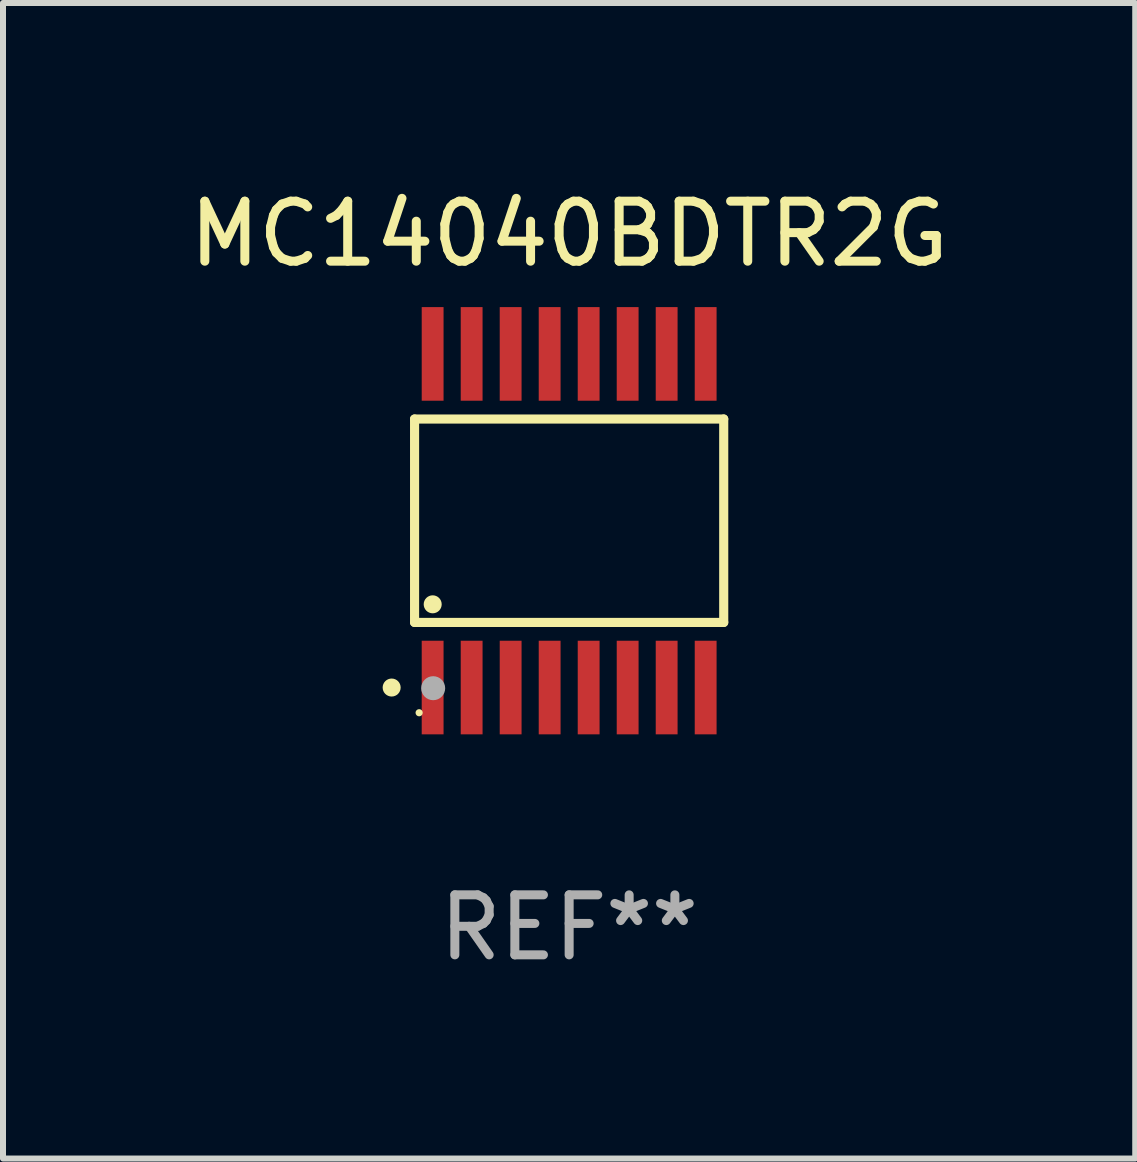
<source format=kicad_pcb>
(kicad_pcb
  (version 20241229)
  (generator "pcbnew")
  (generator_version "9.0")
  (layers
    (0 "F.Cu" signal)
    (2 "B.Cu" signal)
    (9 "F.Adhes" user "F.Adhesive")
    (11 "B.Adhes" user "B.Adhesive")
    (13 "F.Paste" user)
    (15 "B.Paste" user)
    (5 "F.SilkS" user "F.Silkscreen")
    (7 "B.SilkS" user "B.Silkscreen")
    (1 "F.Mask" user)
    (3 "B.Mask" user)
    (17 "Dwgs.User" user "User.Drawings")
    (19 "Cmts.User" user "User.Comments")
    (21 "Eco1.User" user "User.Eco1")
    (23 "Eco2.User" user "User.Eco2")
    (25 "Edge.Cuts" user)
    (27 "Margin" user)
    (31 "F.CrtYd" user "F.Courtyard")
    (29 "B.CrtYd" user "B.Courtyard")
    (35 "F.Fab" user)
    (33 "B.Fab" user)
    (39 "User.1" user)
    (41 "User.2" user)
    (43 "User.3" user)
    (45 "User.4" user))
  (footprint "MC14040BDTR2G"
    (layer "F.Cu")
    (at 6.435 5.628)
    (property "Reference" "MC14040BDTR2G" (at 0 -4.78 0) (layer "F.SilkS") (effects (font (size 1 1) (thickness 0.15))))
    (attr through_hole)
    (fp_line (start -2.576 -1.695) (end 2.576 -1.695) (stroke (width 0.152) (type solid)) (layer "F.SilkS"))
    (fp_line (start -2.576 1.695) (end -2.576 -1.695) (stroke (width 0.152) (type solid)) (layer "F.SilkS"))
    (fp_line (start 2.576 -1.695) (end 2.576 1.695) (stroke (width 0.152) (type solid)) (layer "F.SilkS"))
    (fp_line (start 2.576 1.695) (end -2.576 1.695) (stroke (width 0.152) (type solid)) (layer "F.SilkS"))
    (fp_circle (center -2.958 2.78) (end -2.883 2.78) (stroke (width 0.15) (type solid)) (fill no) (layer "F.SilkS"))
    (fp_circle (center -2.5 3.2) (end -2.47 3.2) (stroke (width 0.06) (type solid)) (fill no) (layer "F.SilkS"))
    (fp_circle (center -2.274 1.393) (end -2.199 1.393) (stroke (width 0.15) (type solid)) (fill no) (layer "F.SilkS"))
    (fp_circle (center -2.266 2.791) (end -2.166 2.791) (stroke (width 0.2) (type solid)) (fill no) (layer "F.Fab"))
    (fp_text user "REF**" (at 0 6.78 0) (layer "F.Fab") (effects (font (size 1 1) (thickness 0.15))))
    (pad "1" smd rect (at -2.275 2.78) (size 0.364 1.56) (layers "F.Cu" "F.Mask" "F.Paste"))
    (pad "2" smd rect (at -1.625 2.78) (size 0.364 1.56) (layers "F.Cu" "F.Mask" "F.Paste"))
    (pad "3" smd rect (at -0.975 2.78) (size 0.364 1.56) (layers "F.Cu" "F.Mask" "F.Paste"))
    (pad "4" smd rect (at -0.325 2.78) (size 0.364 1.56) (layers "F.Cu" "F.Mask" "F.Paste"))
    (pad "5" smd rect (at 0.325 2.78) (size 0.364 1.56) (layers "F.Cu" "F.Mask" "F.Paste"))
    (pad "6" smd rect (at 0.975 2.78) (size 0.364 1.56) (layers "F.Cu" "F.Mask" "F.Paste"))
    (pad "7" smd rect (at 1.625 2.78) (size 0.364 1.56) (layers "F.Cu" "F.Mask" "F.Paste"))
    (pad "8" smd rect (at 2.275 2.78) (size 0.364 1.56) (layers "F.Cu" "F.Mask" "F.Paste"))
    (pad "9" smd rect (at 2.275 -2.78) (size 0.364 1.56) (layers "F.Cu" "F.Mask" "F.Paste"))
    (pad "10" smd rect (at 1.625 -2.78) (size 0.364 1.56) (layers "F.Cu" "F.Mask" "F.Paste"))
    (pad "11" smd rect (at 0.975 -2.78) (size 0.364 1.56) (layers "F.Cu" "F.Mask" "F.Paste"))
    (pad "12" smd rect (at 0.325 -2.78) (size 0.364 1.56) (layers "F.Cu" "F.Mask" "F.Paste"))
    (pad "13" smd rect (at -0.325 -2.78) (size 0.364 1.56) (layers "F.Cu" "F.Mask" "F.Paste"))
    (pad "14" smd rect (at -0.975 -2.78) (size 0.364 1.56) (layers "F.Cu" "F.Mask" "F.Paste"))
    (pad "15" smd rect (at -1.625 -2.78) (size 0.364 1.56) (layers "F.Cu" "F.Mask" "F.Paste"))
    (pad "16" smd rect (at -2.275 -2.78) (size 0.364 1.56) (layers "F.Cu" "F.Mask" "F.Paste")))
  (gr_rect
    (start -3 -3)
    (end 15.869 16.257)
    (stroke (width 0.1) (type default))
    (fill no)
    (layer "Edge.Cuts")))
</source>
